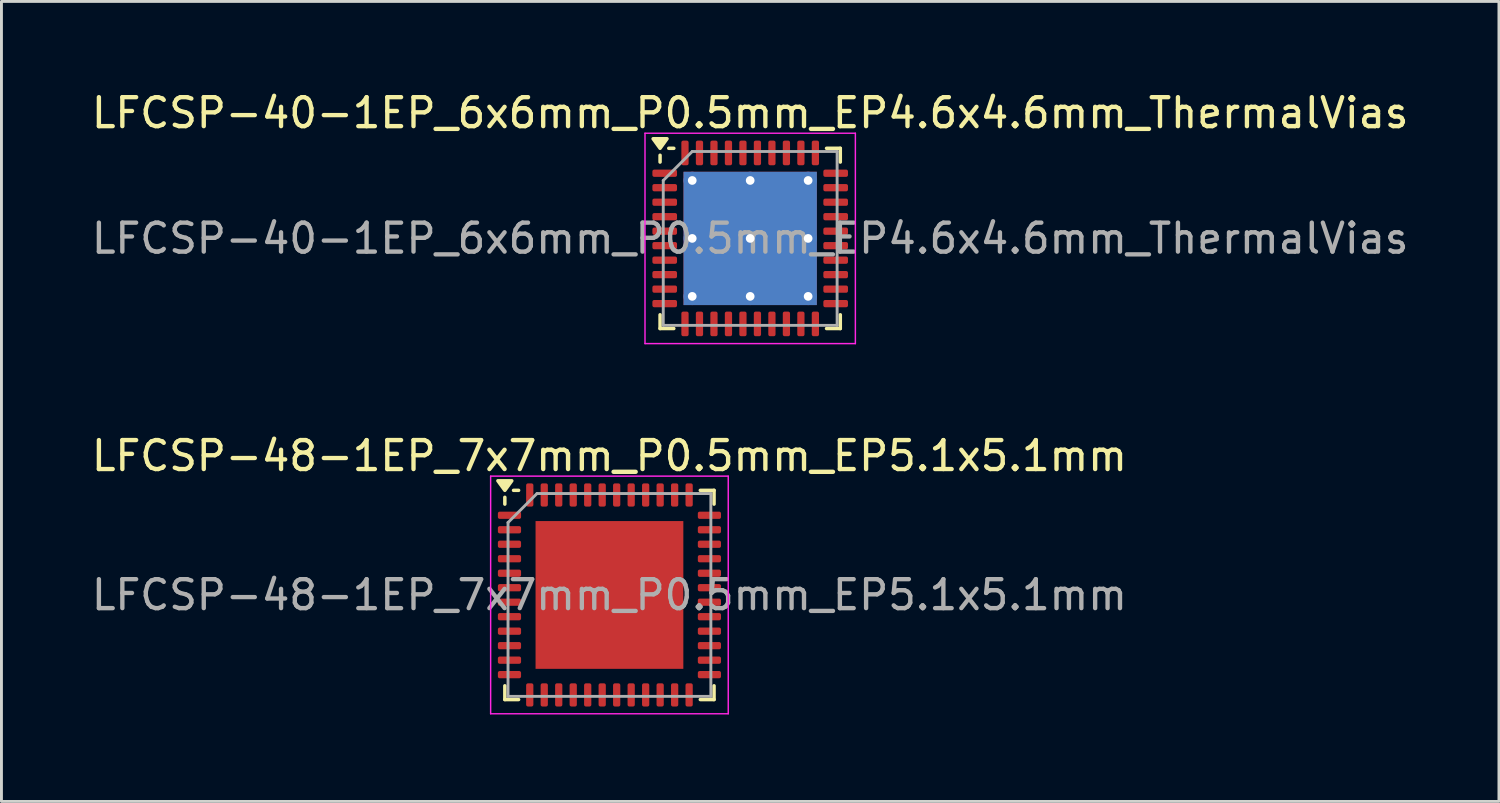
<source format=kicad_pcb>
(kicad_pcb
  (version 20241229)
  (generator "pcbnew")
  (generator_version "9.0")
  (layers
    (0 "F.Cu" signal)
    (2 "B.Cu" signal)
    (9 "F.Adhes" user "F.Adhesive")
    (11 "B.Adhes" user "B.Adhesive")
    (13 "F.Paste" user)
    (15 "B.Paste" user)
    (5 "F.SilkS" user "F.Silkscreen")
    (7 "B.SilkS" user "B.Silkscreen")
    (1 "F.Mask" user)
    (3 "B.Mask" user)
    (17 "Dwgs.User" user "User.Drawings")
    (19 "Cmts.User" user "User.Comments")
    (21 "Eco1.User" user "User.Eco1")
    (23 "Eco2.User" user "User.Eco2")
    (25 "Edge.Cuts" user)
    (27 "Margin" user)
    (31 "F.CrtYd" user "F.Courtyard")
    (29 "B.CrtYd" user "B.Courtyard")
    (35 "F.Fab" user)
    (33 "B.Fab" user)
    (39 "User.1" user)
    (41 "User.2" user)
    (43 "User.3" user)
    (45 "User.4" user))
  (footprint "LFCSP-40-1EP_6x6mm_P0.5mm_EP4.6x4.6mm_ThermalVias"
    (layer "F.Cu")
    (at 22.839 5.178)
    (property "Reference" "LFCSP-40-1EP_6x6mm_P0.5mm_EP4.6x4.6mm_ThermalVias" (at 0 -4.33 0) (layer "F.SilkS") (effects (font (size 1 1) (thickness 0.15))))
    (attr smd)
    (fp_line (start -3.11 -2.635) (end -3.11 -2.87) (stroke (width 0.12) (type solid)) (layer "F.SilkS"))
    (fp_line (start -3.11 3.11) (end -3.11 2.635) (stroke (width 0.12) (type solid)) (layer "F.SilkS"))
    (fp_line (start -2.635 -3.11) (end -2.81 -3.11) (stroke (width 0.12) (type solid)) (layer "F.SilkS"))
    (fp_line (start -2.635 3.11) (end -3.11 3.11) (stroke (width 0.12) (type solid)) (layer "F.SilkS"))
    (fp_line (start 2.635 -3.11) (end 3.11 -3.11) (stroke (width 0.12) (type solid)) (layer "F.SilkS"))
    (fp_line (start 2.635 3.11) (end 3.11 3.11) (stroke (width 0.12) (type solid)) (layer "F.SilkS"))
    (fp_line (start 3.11 -3.11) (end 3.11 -2.635) (stroke (width 0.12) (type solid)) (layer "F.SilkS"))
    (fp_line (start 3.11 3.11) (end 3.11 2.635) (stroke (width 0.12) (type solid)) (layer "F.SilkS"))
    (fp_poly (pts (xy -3.11 -3.11) (xy -3.35 -3.44) (xy -2.87 -3.44) (xy -3.11 -3.11)) (stroke (width 0.12) (type solid)) (fill yes) (layer "F.SilkS"))
    (fp_line (start -3.63 -3.63) (end -3.63 3.63) (stroke (width 0.05) (type solid)) (layer "F.CrtYd"))
    (fp_line (start -3.63 3.63) (end 3.63 3.63) (stroke (width 0.05) (type solid)) (layer "F.CrtYd"))
    (fp_line (start 3.63 -3.63) (end -3.63 -3.63) (stroke (width 0.05) (type solid)) (layer "F.CrtYd"))
    (fp_line (start 3.63 3.63) (end 3.63 -3.63) (stroke (width 0.05) (type solid)) (layer "F.CrtYd"))
    (fp_line (start -3 -2) (end -2 -3) (stroke (width 0.1) (type solid)) (layer "F.Fab"))
    (fp_line (start -3 3) (end -3 -2) (stroke (width 0.1) (type solid)) (layer "F.Fab"))
    (fp_line (start -2 -3) (end 3 -3) (stroke (width 0.1) (type solid)) (layer "F.Fab"))
    (fp_line (start 3 -3) (end 3 3) (stroke (width 0.1) (type solid)) (layer "F.Fab"))
    (fp_line (start 3 3) (end -3 3) (stroke (width 0.1) (type solid)) (layer "F.Fab"))
    (fp_text user "${REFERENCE}" (at 0 0 0) (layer "F.Fab") (effects (font (size 1 1) (thickness 0.15))))
    (pad "" smd custom (at -1 -1) (size 1.728 1.728) (layers "F.Paste") (options (anchor circle)) (primitives (gr_poly (pts (xy -0.766 -0.603) (xy -0.603 -0.766) (xy 0.603 -0.766) (xy 0.766 -0.603) (xy 0.766 0.603) (xy 0.603 0.766) (xy -0.603 0.766) (xy -0.766 0.603)) (width 0.393) (fill yes))))
    (pad "" smd custom (at -1 1) (size 1.728 1.728) (layers "F.Paste") (options (anchor circle)) (primitives (gr_poly (pts (xy -0.766 -0.603) (xy -0.603 -0.766) (xy 0.603 -0.766) (xy 0.766 -0.603) (xy 0.766 0.603) (xy 0.603 0.766) (xy -0.603 0.766) (xy -0.766 0.603)) (width 0.393) (fill yes))))
    (pad "" smd custom (at 1 -1) (size 1.728 1.728) (layers "F.Paste") (options (anchor circle)) (primitives (gr_poly (pts (xy -0.766 -0.603) (xy -0.603 -0.766) (xy 0.603 -0.766) (xy 0.766 -0.603) (xy 0.766 0.603) (xy 0.603 0.766) (xy -0.603 0.766) (xy -0.766 0.603)) (width 0.393) (fill yes))))
    (pad "" smd custom (at 1 1) (size 1.728 1.728) (layers "F.Paste") (options (anchor circle)) (primitives (gr_poly (pts (xy -0.766 -0.603) (xy -0.603 -0.766) (xy 0.603 -0.766) (xy 0.766 -0.603) (xy 0.766 0.603) (xy 0.603 0.766) (xy -0.603 0.766) (xy -0.766 0.603)) (width 0.393) (fill yes))))
    (pad "1" smd roundrect (at -2.95 -2.25) (size 0.85 0.25) (layers "F.Cu" "F.Mask" "F.Paste") (roundrect_rratio 0.25))
    (pad "2" smd roundrect (at -2.95 -1.75) (size 0.85 0.25) (layers "F.Cu" "F.Mask" "F.Paste") (roundrect_rratio 0.25))
    (pad "3" smd roundrect (at -2.95 -1.25) (size 0.85 0.25) (layers "F.Cu" "F.Mask" "F.Paste") (roundrect_rratio 0.25))
    (pad "4" smd roundrect (at -2.95 -0.75) (size 0.85 0.25) (layers "F.Cu" "F.Mask" "F.Paste") (roundrect_rratio 0.25))
    (pad "5" smd roundrect (at -2.95 -0.25) (size 0.85 0.25) (layers "F.Cu" "F.Mask" "F.Paste") (roundrect_rratio 0.25))
    (pad "6" smd roundrect (at -2.95 0.25) (size 0.85 0.25) (layers "F.Cu" "F.Mask" "F.Paste") (roundrect_rratio 0.25))
    (pad "7" smd roundrect (at -2.95 0.75) (size 0.85 0.25) (layers "F.Cu" "F.Mask" "F.Paste") (roundrect_rratio 0.25))
    (pad "8" smd roundrect (at -2.95 1.25) (size 0.85 0.25) (layers "F.Cu" "F.Mask" "F.Paste") (roundrect_rratio 0.25))
    (pad "9" smd roundrect (at -2.95 1.75) (size 0.85 0.25) (layers "F.Cu" "F.Mask" "F.Paste") (roundrect_rratio 0.25))
    (pad "10" smd roundrect (at -2.95 2.25) (size 0.85 0.25) (layers "F.Cu" "F.Mask" "F.Paste") (roundrect_rratio 0.25))
    (pad "11" smd roundrect (at -2.25 2.95) (size 0.25 0.85) (layers "F.Cu" "F.Mask" "F.Paste") (roundrect_rratio 0.25))
    (pad "12" smd roundrect (at -1.75 2.95) (size 0.25 0.85) (layers "F.Cu" "F.Mask" "F.Paste") (roundrect_rratio 0.25))
    (pad "13" smd roundrect (at -1.25 2.95) (size 0.25 0.85) (layers "F.Cu" "F.Mask" "F.Paste") (roundrect_rratio 0.25))
    (pad "14" smd roundrect (at -0.75 2.95) (size 0.25 0.85) (layers "F.Cu" "F.Mask" "F.Paste") (roundrect_rratio 0.25))
    (pad "15" smd roundrect (at -0.25 2.95) (size 0.25 0.85) (layers "F.Cu" "F.Mask" "F.Paste") (roundrect_rratio 0.25))
    (pad "16" smd roundrect (at 0.25 2.95) (size 0.25 0.85) (layers "F.Cu" "F.Mask" "F.Paste") (roundrect_rratio 0.25))
    (pad "17" smd roundrect (at 0.75 2.95) (size 0.25 0.85) (layers "F.Cu" "F.Mask" "F.Paste") (roundrect_rratio 0.25))
    (pad "18" smd roundrect (at 1.25 2.95) (size 0.25 0.85) (layers "F.Cu" "F.Mask" "F.Paste") (roundrect_rratio 0.25))
    (pad "19" smd roundrect (at 1.75 2.95) (size 0.25 0.85) (layers "F.Cu" "F.Mask" "F.Paste") (roundrect_rratio 0.25))
    (pad "20" smd roundrect (at 2.25 2.95) (size 0.25 0.85) (layers "F.Cu" "F.Mask" "F.Paste") (roundrect_rratio 0.25))
    (pad "21" smd roundrect (at 2.95 2.25) (size 0.85 0.25) (layers "F.Cu" "F.Mask" "F.Paste") (roundrect_rratio 0.25))
    (pad "22" smd roundrect (at 2.95 1.75) (size 0.85 0.25) (layers "F.Cu" "F.Mask" "F.Paste") (roundrect_rratio 0.25))
    (pad "23" smd roundrect (at 2.95 1.25) (size 0.85 0.25) (layers "F.Cu" "F.Mask" "F.Paste") (roundrect_rratio 0.25))
    (pad "24" smd roundrect (at 2.95 0.75) (size 0.85 0.25) (layers "F.Cu" "F.Mask" "F.Paste") (roundrect_rratio 0.25))
    (pad "25" smd roundrect (at 2.95 0.25) (size 0.85 0.25) (layers "F.Cu" "F.Mask" "F.Paste") (roundrect_rratio 0.25))
    (pad "26" smd roundrect (at 2.95 -0.25) (size 0.85 0.25) (layers "F.Cu" "F.Mask" "F.Paste") (roundrect_rratio 0.25))
    (pad "27" smd roundrect (at 2.95 -0.75) (size 0.85 0.25) (layers "F.Cu" "F.Mask" "F.Paste") (roundrect_rratio 0.25))
    (pad "28" smd roundrect (at 2.95 -1.25) (size 0.85 0.25) (layers "F.Cu" "F.Mask" "F.Paste") (roundrect_rratio 0.25))
    (pad "29" smd roundrect (at 2.95 -1.75) (size 0.85 0.25) (layers "F.Cu" "F.Mask" "F.Paste") (roundrect_rratio 0.25))
    (pad "30" smd roundrect (at 2.95 -2.25) (size 0.85 0.25) (layers "F.Cu" "F.Mask" "F.Paste") (roundrect_rratio 0.25))
    (pad "31" smd roundrect (at 2.25 -2.95) (size 0.25 0.85) (layers "F.Cu" "F.Mask" "F.Paste") (roundrect_rratio 0.25))
    (pad "32" smd roundrect (at 1.75 -2.95) (size 0.25 0.85) (layers "F.Cu" "F.Mask" "F.Paste") (roundrect_rratio 0.25))
    (pad "33" smd roundrect (at 1.25 -2.95) (size 0.25 0.85) (layers "F.Cu" "F.Mask" "F.Paste") (roundrect_rratio 0.25))
    (pad "34" smd roundrect (at 0.75 -2.95) (size 0.25 0.85) (layers "F.Cu" "F.Mask" "F.Paste") (roundrect_rratio 0.25))
    (pad "35" smd roundrect (at 0.25 -2.95) (size 0.25 0.85) (layers "F.Cu" "F.Mask" "F.Paste") (roundrect_rratio 0.25))
    (pad "36" smd roundrect (at -0.25 -2.95) (size 0.25 0.85) (layers "F.Cu" "F.Mask" "F.Paste") (roundrect_rratio 0.25))
    (pad "37" smd roundrect (at -0.75 -2.95) (size 0.25 0.85) (layers "F.Cu" "F.Mask" "F.Paste") (roundrect_rratio 0.25))
    (pad "38" smd roundrect (at -1.25 -2.95) (size 0.25 0.85) (layers "F.Cu" "F.Mask" "F.Paste") (roundrect_rratio 0.25))
    (pad "39" smd roundrect (at -1.75 -2.95) (size 0.25 0.85) (layers "F.Cu" "F.Mask" "F.Paste") (roundrect_rratio 0.25))
    (pad "40" smd roundrect (at -2.25 -2.95) (size 0.25 0.85) (layers "F.Cu" "F.Mask" "F.Paste") (roundrect_rratio 0.25))
    (pad "41" thru_hole circle (at -2 -2) (size 0.6 0.6) (drill 0.3) (property pad_prop_heatsink) (layers "*.Cu"))
    (pad "41" thru_hole circle (at -2 0) (size 0.6 0.6) (drill 0.3) (property pad_prop_heatsink) (layers "*.Cu"))
    (pad "41" thru_hole circle (at -2 2) (size 0.6 0.6) (drill 0.3) (property pad_prop_heatsink) (layers "*.Cu"))
    (pad "41" thru_hole circle (at 0 -2) (size 0.6 0.6) (drill 0.3) (property pad_prop_heatsink) (layers "*.Cu"))
    (pad "41" thru_hole circle (at 0 0) (size 0.6 0.6) (drill 0.3) (property pad_prop_heatsink) (layers "*.Cu"))
    (pad "41" smd rect (at 0 0) (size 4.6 4.6) (property pad_prop_heatsink) (layers "F.Cu" "F.Mask"))
    (pad "41" smd rect (at 0 0) (size 4.6 4.6) (property pad_prop_heatsink) (layers "B.Cu"))
    (pad "41" thru_hole circle (at 0 2) (size 0.6 0.6) (drill 0.3) (property pad_prop_heatsink) (layers "*.Cu"))
    (pad "41" thru_hole circle (at 2 -2) (size 0.6 0.6) (drill 0.3) (property pad_prop_heatsink) (layers "*.Cu"))
    (pad "41" thru_hole circle (at 2 0) (size 0.6 0.6) (drill 0.3) (property pad_prop_heatsink) (layers "*.Cu"))
    (pad "41" thru_hole circle (at 2 2) (size 0.6 0.6) (drill 0.3) (property pad_prop_heatsink) (layers "*.Cu")))
  (footprint "LFCSP-48-1EP_7x7mm_P0.5mm_EP5.1x5.1mm"
    (layer "F.Cu")
    (at 17.982 17.482)
    (property "Reference" "LFCSP-48-1EP_7x7mm_P0.5mm_EP5.1x5.1mm" (at 0 -4.8 0) (layer "F.SilkS") (effects (font (size 1 1) (thickness 0.15))))
    (attr smd)
    (fp_line (start -3.61 -3.135) (end -3.61 -3.37) (stroke (width 0.12) (type solid)) (layer "F.SilkS"))
    (fp_line (start -3.61 3.61) (end -3.61 3.135) (stroke (width 0.12) (type solid)) (layer "F.SilkS"))
    (fp_line (start -3.135 -3.61) (end -3.31 -3.61) (stroke (width 0.12) (type solid)) (layer "F.SilkS"))
    (fp_line (start -3.135 3.61) (end -3.61 3.61) (stroke (width 0.12) (type solid)) (layer "F.SilkS"))
    (fp_line (start 3.135 -3.61) (end 3.61 -3.61) (stroke (width 0.12) (type solid)) (layer "F.SilkS"))
    (fp_line (start 3.135 3.61) (end 3.61 3.61) (stroke (width 0.12) (type solid)) (layer "F.SilkS"))
    (fp_line (start 3.61 -3.61) (end 3.61 -3.135) (stroke (width 0.12) (type solid)) (layer "F.SilkS"))
    (fp_line (start 3.61 3.61) (end 3.61 3.135) (stroke (width 0.12) (type solid)) (layer "F.SilkS"))
    (fp_poly (pts (xy -3.61 -3.61) (xy -3.85 -3.94) (xy -3.37 -3.94) (xy -3.61 -3.61)) (stroke (width 0.12) (type solid)) (fill yes) (layer "F.SilkS"))
    (fp_line (start -4.1 -4.1) (end -4.1 4.1) (stroke (width 0.05) (type solid)) (layer "F.CrtYd"))
    (fp_line (start -4.1 4.1) (end 4.1 4.1) (stroke (width 0.05) (type solid)) (layer "F.CrtYd"))
    (fp_line (start 4.1 -4.1) (end -4.1 -4.1) (stroke (width 0.05) (type solid)) (layer "F.CrtYd"))
    (fp_line (start 4.1 4.1) (end 4.1 -4.1) (stroke (width 0.05) (type solid)) (layer "F.CrtYd"))
    (fp_line (start -3.5 -2.5) (end -2.5 -3.5) (stroke (width 0.1) (type solid)) (layer "F.Fab"))
    (fp_line (start -3.5 3.5) (end -3.5 -2.5) (stroke (width 0.1) (type solid)) (layer "F.Fab"))
    (fp_line (start -2.5 -3.5) (end 3.5 -3.5) (stroke (width 0.1) (type solid)) (layer "F.Fab"))
    (fp_line (start 3.5 -3.5) (end 3.5 3.5) (stroke (width 0.1) (type solid)) (layer "F.Fab"))
    (fp_line (start 3.5 3.5) (end -3.5 3.5) (stroke (width 0.1) (type solid)) (layer "F.Fab"))
    (fp_text user "${REFERENCE}" (at 0 0 0) (layer "F.Fab") (effects (font (size 1 1) (thickness 0.15))))
    (pad "" smd roundrect (at -1.37 -1.37) (size 1.1 1.1) (layers "F.Paste") (roundrect_rratio 0.227))
    (pad "" smd roundrect (at -1.37 0) (size 1.1 1.1) (layers "F.Paste") (roundrect_rratio 0.227))
    (pad "" smd roundrect (at -1.37 1.37) (size 1.1 1.1) (layers "F.Paste") (roundrect_rratio 0.227))
    (pad "" smd roundrect (at 0 -1.37) (size 1.1 1.1) (layers "F.Paste") (roundrect_rratio 0.227))
    (pad "" smd roundrect (at 0 0) (size 1.1 1.1) (layers "F.Paste") (roundrect_rratio 0.227))
    (pad "" smd roundrect (at 0 1.37) (size 1.1 1.1) (layers "F.Paste") (roundrect_rratio 0.227))
    (pad "" smd roundrect (at 1.37 -1.37) (size 1.1 1.1) (layers "F.Paste") (roundrect_rratio 0.227))
    (pad "" smd roundrect (at 1.37 0) (size 1.1 1.1) (layers "F.Paste") (roundrect_rratio 0.227))
    (pad "" smd roundrect (at 1.37 1.37) (size 1.1 1.1) (layers "F.Paste") (roundrect_rratio 0.227))
    (pad "1" smd roundrect (at -3.45 -2.75) (size 0.8 0.25) (layers "F.Cu" "F.Mask" "F.Paste") (roundrect_rratio 0.25))
    (pad "2" smd roundrect (at -3.45 -2.25) (size 0.8 0.25) (layers "F.Cu" "F.Mask" "F.Paste") (roundrect_rratio 0.25))
    (pad "3" smd roundrect (at -3.45 -1.75) (size 0.8 0.25) (layers "F.Cu" "F.Mask" "F.Paste") (roundrect_rratio 0.25))
    (pad "4" smd roundrect (at -3.45 -1.25) (size 0.8 0.25) (layers "F.Cu" "F.Mask" "F.Paste") (roundrect_rratio 0.25))
    (pad "5" smd roundrect (at -3.45 -0.75) (size 0.8 0.25) (layers "F.Cu" "F.Mask" "F.Paste") (roundrect_rratio 0.25))
    (pad "6" smd roundrect (at -3.45 -0.25) (size 0.8 0.25) (layers "F.Cu" "F.Mask" "F.Paste") (roundrect_rratio 0.25))
    (pad "7" smd roundrect (at -3.45 0.25) (size 0.8 0.25) (layers "F.Cu" "F.Mask" "F.Paste") (roundrect_rratio 0.25))
    (pad "8" smd roundrect (at -3.45 0.75) (size 0.8 0.25) (layers "F.Cu" "F.Mask" "F.Paste") (roundrect_rratio 0.25))
    (pad "9" smd roundrect (at -3.45 1.25) (size 0.8 0.25) (layers "F.Cu" "F.Mask" "F.Paste") (roundrect_rratio 0.25))
    (pad "10" smd roundrect (at -3.45 1.75) (size 0.8 0.25) (layers "F.Cu" "F.Mask" "F.Paste") (roundrect_rratio 0.25))
    (pad "11" smd roundrect (at -3.45 2.25) (size 0.8 0.25) (layers "F.Cu" "F.Mask" "F.Paste") (roundrect_rratio 0.25))
    (pad "12" smd roundrect (at -3.45 2.75) (size 0.8 0.25) (layers "F.Cu" "F.Mask" "F.Paste") (roundrect_rratio 0.25))
    (pad "13" smd roundrect (at -2.75 3.45) (size 0.25 0.8) (layers "F.Cu" "F.Mask" "F.Paste") (roundrect_rratio 0.25))
    (pad "14" smd roundrect (at -2.25 3.45) (size 0.25 0.8) (layers "F.Cu" "F.Mask" "F.Paste") (roundrect_rratio 0.25))
    (pad "15" smd roundrect (at -1.75 3.45) (size 0.25 0.8) (layers "F.Cu" "F.Mask" "F.Paste") (roundrect_rratio 0.25))
    (pad "16" smd roundrect (at -1.25 3.45) (size 0.25 0.8) (layers "F.Cu" "F.Mask" "F.Paste") (roundrect_rratio 0.25))
    (pad "17" smd roundrect (at -0.75 3.45) (size 0.25 0.8) (layers "F.Cu" "F.Mask" "F.Paste") (roundrect_rratio 0.25))
    (pad "18" smd roundrect (at -0.25 3.45) (size 0.25 0.8) (layers "F.Cu" "F.Mask" "F.Paste") (roundrect_rratio 0.25))
    (pad "19" smd roundrect (at 0.25 3.45) (size 0.25 0.8) (layers "F.Cu" "F.Mask" "F.Paste") (roundrect_rratio 0.25))
    (pad "20" smd roundrect (at 0.75 3.45) (size 0.25 0.8) (layers "F.Cu" "F.Mask" "F.Paste") (roundrect_rratio 0.25))
    (pad "21" smd roundrect (at 1.25 3.45) (size 0.25 0.8) (layers "F.Cu" "F.Mask" "F.Paste") (roundrect_rratio 0.25))
    (pad "22" smd roundrect (at 1.75 3.45) (size 0.25 0.8) (layers "F.Cu" "F.Mask" "F.Paste") (roundrect_rratio 0.25))
    (pad "23" smd roundrect (at 2.25 3.45) (size 0.25 0.8) (layers "F.Cu" "F.Mask" "F.Paste") (roundrect_rratio 0.25))
    (pad "24" smd roundrect (at 2.75 3.45) (size 0.25 0.8) (layers "F.Cu" "F.Mask" "F.Paste") (roundrect_rratio 0.25))
    (pad "25" smd roundrect (at 3.45 2.75) (size 0.8 0.25) (layers "F.Cu" "F.Mask" "F.Paste") (roundrect_rratio 0.25))
    (pad "26" smd roundrect (at 3.45 2.25) (size 0.8 0.25) (layers "F.Cu" "F.Mask" "F.Paste") (roundrect_rratio 0.25))
    (pad "27" smd roundrect (at 3.45 1.75) (size 0.8 0.25) (layers "F.Cu" "F.Mask" "F.Paste") (roundrect_rratio 0.25))
    (pad "28" smd roundrect (at 3.45 1.25) (size 0.8 0.25) (layers "F.Cu" "F.Mask" "F.Paste") (roundrect_rratio 0.25))
    (pad "29" smd roundrect (at 3.45 0.75) (size 0.8 0.25) (layers "F.Cu" "F.Mask" "F.Paste") (roundrect_rratio 0.25))
    (pad "30" smd roundrect (at 3.45 0.25) (size 0.8 0.25) (layers "F.Cu" "F.Mask" "F.Paste") (roundrect_rratio 0.25))
    (pad "31" smd roundrect (at 3.45 -0.25) (size 0.8 0.25) (layers "F.Cu" "F.Mask" "F.Paste") (roundrect_rratio 0.25))
    (pad "32" smd roundrect (at 3.45 -0.75) (size 0.8 0.25) (layers "F.Cu" "F.Mask" "F.Paste") (roundrect_rratio 0.25))
    (pad "33" smd roundrect (at 3.45 -1.25) (size 0.8 0.25) (layers "F.Cu" "F.Mask" "F.Paste") (roundrect_rratio 0.25))
    (pad "34" smd roundrect (at 3.45 -1.75) (size 0.8 0.25) (layers "F.Cu" "F.Mask" "F.Paste") (roundrect_rratio 0.25))
    (pad "35" smd roundrect (at 3.45 -2.25) (size 0.8 0.25) (layers "F.Cu" "F.Mask" "F.Paste") (roundrect_rratio 0.25))
    (pad "36" smd roundrect (at 3.45 -2.75) (size 0.8 0.25) (layers "F.Cu" "F.Mask" "F.Paste") (roundrect_rratio 0.25))
    (pad "37" smd roundrect (at 2.75 -3.45) (size 0.25 0.8) (layers "F.Cu" "F.Mask" "F.Paste") (roundrect_rratio 0.25))
    (pad "38" smd roundrect (at 2.25 -3.45) (size 0.25 0.8) (layers "F.Cu" "F.Mask" "F.Paste") (roundrect_rratio 0.25))
    (pad "39" smd roundrect (at 1.75 -3.45) (size 0.25 0.8) (layers "F.Cu" "F.Mask" "F.Paste") (roundrect_rratio 0.25))
    (pad "40" smd roundrect (at 1.25 -3.45) (size 0.25 0.8) (layers "F.Cu" "F.Mask" "F.Paste") (roundrect_rratio 0.25))
    (pad "41" smd roundrect (at 0.75 -3.45) (size 0.25 0.8) (layers "F.Cu" "F.Mask" "F.Paste") (roundrect_rratio 0.25))
    (pad "42" smd roundrect (at 0.25 -3.45) (size 0.25 0.8) (layers "F.Cu" "F.Mask" "F.Paste") (roundrect_rratio 0.25))
    (pad "43" smd roundrect (at -0.25 -3.45) (size 0.25 0.8) (layers "F.Cu" "F.Mask" "F.Paste") (roundrect_rratio 0.25))
    (pad "44" smd roundrect (at -0.75 -3.45) (size 0.25 0.8) (layers "F.Cu" "F.Mask" "F.Paste") (roundrect_rratio 0.25))
    (pad "45" smd roundrect (at -1.25 -3.45) (size 0.25 0.8) (layers "F.Cu" "F.Mask" "F.Paste") (roundrect_rratio 0.25))
    (pad "46" smd roundrect (at -1.75 -3.45) (size 0.25 0.8) (layers "F.Cu" "F.Mask" "F.Paste") (roundrect_rratio 0.25))
    (pad "47" smd roundrect (at -2.25 -3.45) (size 0.25 0.8) (layers "F.Cu" "F.Mask" "F.Paste") (roundrect_rratio 0.25))
    (pad "48" smd roundrect (at -2.75 -3.45) (size 0.25 0.8) (layers "F.Cu" "F.Mask" "F.Paste") (roundrect_rratio 0.25))
    (pad "49" smd rect (at 0 0) (size 5.1 5.1) (property pad_prop_heatsink) (layers "F.Cu" "F.Mask")))
  (gr_rect
    (start -3 -3)
    (end 48.679 24.607)
    (stroke (width 0.1) (type default))
    (fill no)
    (layer "Edge.Cuts")))
</source>
